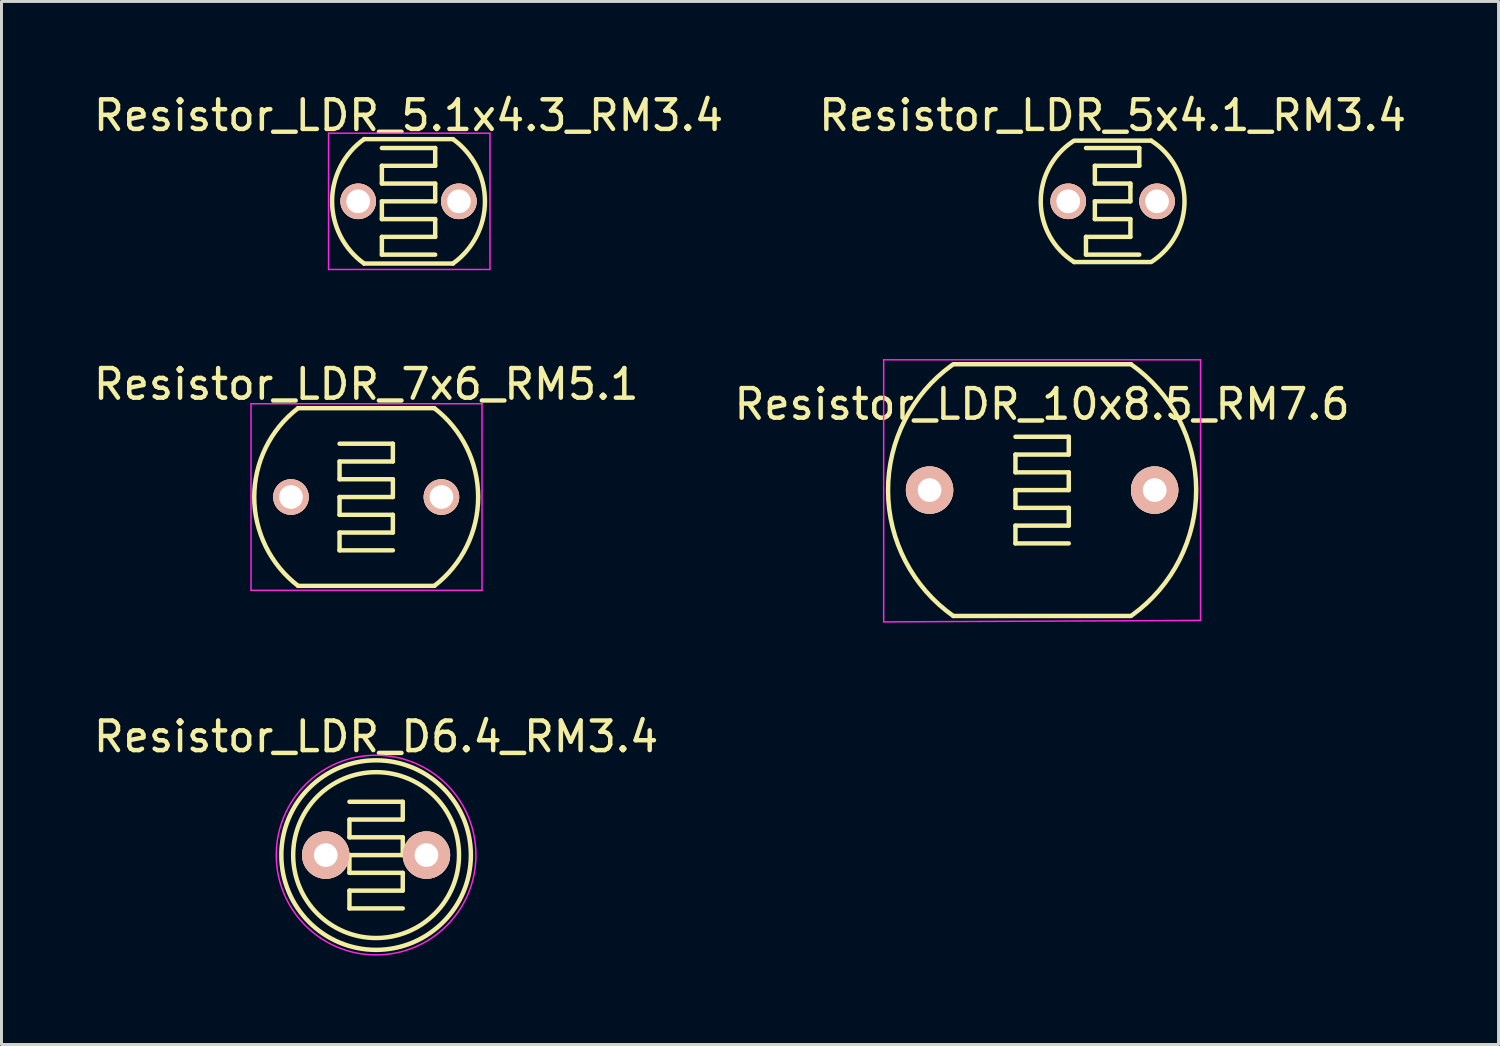
<source format=kicad_pcb>
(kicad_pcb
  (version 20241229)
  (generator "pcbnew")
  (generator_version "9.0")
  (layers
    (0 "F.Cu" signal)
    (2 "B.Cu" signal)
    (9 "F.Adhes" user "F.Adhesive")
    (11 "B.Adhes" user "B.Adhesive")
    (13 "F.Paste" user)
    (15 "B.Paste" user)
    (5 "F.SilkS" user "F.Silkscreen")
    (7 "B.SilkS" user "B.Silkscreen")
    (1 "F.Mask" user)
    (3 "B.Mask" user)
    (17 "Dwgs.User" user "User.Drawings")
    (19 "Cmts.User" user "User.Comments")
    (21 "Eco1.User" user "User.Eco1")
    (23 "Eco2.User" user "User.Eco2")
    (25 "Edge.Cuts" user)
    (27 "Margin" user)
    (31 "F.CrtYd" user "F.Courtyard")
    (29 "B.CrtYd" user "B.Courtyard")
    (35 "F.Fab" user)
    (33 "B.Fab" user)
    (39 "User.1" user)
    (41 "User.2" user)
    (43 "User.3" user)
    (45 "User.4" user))
  (footprint "Resistor_LDR_D6.4_RM3.4"
    (layer "F.Cu")
    (at 7.949 25.822)
    (property "Reference" "Resistor_LDR_D6.4_RM3.4" (at 1.7 -4 0) (layer "F.SilkS") (effects (font (size 1 1) (thickness 0.15))))
    (attr through_hole)
    (fp_line (start 0.8 -1.8) (end 2.6 -1.8) (stroke (width 0.15) (type solid)) (layer "F.SilkS"))
    (fp_line (start 0.8 -1.2) (end 0.8 -0.6) (stroke (width 0.15) (type solid)) (layer "F.SilkS"))
    (fp_line (start 0.8 -0.6) (end 2.6 -0.6) (stroke (width 0.15) (type solid)) (layer "F.SilkS"))
    (fp_line (start 0.8 0) (end 0.8 0.6) (stroke (width 0.15) (type solid)) (layer "F.SilkS"))
    (fp_line (start 0.8 0.6) (end 2.6 0.6) (stroke (width 0.15) (type solid)) (layer "F.SilkS"))
    (fp_line (start 0.8 1.2) (end 0.8 1.8) (stroke (width 0.15) (type solid)) (layer "F.SilkS"))
    (fp_line (start 0.8 1.8) (end 2.6 1.8) (stroke (width 0.15) (type solid)) (layer "F.SilkS"))
    (fp_line (start 2.6 -1.8) (end 2.6 -1.2) (stroke (width 0.15) (type solid)) (layer "F.SilkS"))
    (fp_line (start 2.6 -1.2) (end 0.8 -1.2) (stroke (width 0.15) (type solid)) (layer "F.SilkS"))
    (fp_line (start 2.6 -0.6) (end 2.6 0) (stroke (width 0.15) (type solid)) (layer "F.SilkS"))
    (fp_line (start 2.6 0) (end 0.8 0) (stroke (width 0.15) (type solid)) (layer "F.SilkS"))
    (fp_line (start 2.6 0.6) (end 2.6 1.2) (stroke (width 0.15) (type solid)) (layer "F.SilkS"))
    (fp_line (start 2.6 1.2) (end 0.8 1.2) (stroke (width 0.15) (type solid)) (layer "F.SilkS"))
    (fp_circle (center 1.7 0) (end 4.5 0) (stroke (width 0.15) (type solid)) (fill no) (layer "F.SilkS"))
    (fp_circle (center 1.7 0) (end 4.9 0) (stroke (width 0.15) (type solid)) (fill no) (layer "F.SilkS"))
    (fp_circle (center 1.7 0) (end 3.65 2.75) (stroke (width 0.05) (type solid)) (fill no) (layer "F.CrtYd"))
    (pad "1" thru_hole circle (at 0 0) (size 1.6 1.6) (drill 0.8) (layers "*.Cu" "*.SilkS" "*.Mask"))
    (pad "2" thru_hole circle (at 3.4 0) (size 1.6 1.6) (drill 0.8) (layers "*.Cu" "*.SilkS" "*.Mask")))
  (footprint "Resistor_LDR_10x8.5_RM7.6"
    (layer "F.Cu")
    (at 28.337 13.498)
    (property "Reference" "Resistor_LDR_10x8.5_RM7.6" (at 3.8 -2.9 0) (layer "F.SilkS") (effects (font (size 1 1) (thickness 0.15))))
    (attr through_hole)
    (fp_line (start 0.8 -4.25) (end 6.8 -4.25) (stroke (width 0.15) (type solid)) (layer "F.SilkS"))
    (fp_line (start 2.9 -1.8) (end 4.7 -1.8) (stroke (width 0.15) (type solid)) (layer "F.SilkS"))
    (fp_line (start 2.9 -1.2) (end 2.9 -0.6) (stroke (width 0.15) (type solid)) (layer "F.SilkS"))
    (fp_line (start 2.9 -0.6) (end 4.7 -0.6) (stroke (width 0.15) (type solid)) (layer "F.SilkS"))
    (fp_line (start 2.9 0) (end 2.9 0.6) (stroke (width 0.15) (type solid)) (layer "F.SilkS"))
    (fp_line (start 2.9 0.6) (end 4.7 0.6) (stroke (width 0.15) (type solid)) (layer "F.SilkS"))
    (fp_line (start 2.9 1.2) (end 2.9 1.8) (stroke (width 0.15) (type solid)) (layer "F.SilkS"))
    (fp_line (start 2.9 1.8) (end 4.7 1.8) (stroke (width 0.15) (type solid)) (layer "F.SilkS"))
    (fp_line (start 4.7 -1.8) (end 4.7 -1.2) (stroke (width 0.15) (type solid)) (layer "F.SilkS"))
    (fp_line (start 4.7 -1.2) (end 2.9 -1.2) (stroke (width 0.15) (type solid)) (layer "F.SilkS"))
    (fp_line (start 4.7 -0.6) (end 4.7 0) (stroke (width 0.15) (type solid)) (layer "F.SilkS"))
    (fp_line (start 4.7 0) (end 2.9 0) (stroke (width 0.15) (type solid)) (layer "F.SilkS"))
    (fp_line (start 4.7 0.6) (end 4.7 1.2) (stroke (width 0.15) (type solid)) (layer "F.SilkS"))
    (fp_line (start 4.7 1.2) (end 2.9 1.2) (stroke (width 0.15) (type solid)) (layer "F.SilkS"))
    (fp_line (start 6.8 4.25) (end 0.8 4.25) (stroke (width 0.15) (type solid)) (layer "F.SilkS"))
    (fp_arc (start 0.8 4.25) (mid -1.4021 0.025641) (end 0.758251 -4.22022) (stroke (width 0.15) (type solid)) (layer "F.SilkS"))
    (fp_arc (start 6.8 -4.25) (mid 9.0021 -0.025641) (end 6.841749 4.22022) (stroke (width 0.15) (type solid)) (layer "F.SilkS"))
    (fp_line (start -1.55 -4.4) (end 9.15 -4.4) (stroke (width 0.05) (type solid)) (layer "F.CrtYd"))
    (fp_line (start -1.55 4.45) (end -1.55 -4.4) (stroke (width 0.05) (type solid)) (layer "F.CrtYd"))
    (fp_line (start 9.15 -4.4) (end 9.15 4.4) (stroke (width 0.05) (type solid)) (layer "F.CrtYd"))
    (fp_line (start 9.15 4.4) (end -1.55 4.45) (stroke (width 0.05) (type solid)) (layer "F.CrtYd"))
    (pad "1" thru_hole circle (at 0 0) (size 1.6 1.6) (drill 0.8) (layers "*.Cu" "*.SilkS" "*.Mask"))
    (pad "2" thru_hole circle (at 7.6 0) (size 1.6 1.6) (drill 0.8) (layers "*.Cu" "*.SilkS" "*.Mask")))
  (footprint "Resistor_LDR_5.1x4.3_RM3.4"
    (layer "F.Cu")
    (at 9.044 3.748)
    (property "Reference" "Resistor_LDR_5.1x4.3_RM3.4" (at 1.7 -2.9 0) (layer "F.SilkS") (effects (font (size 1 1) (thickness 0.15))))
    (attr through_hole)
    (fp_line (start 0.2 -2.1) (end 3.2 -2.1) (stroke (width 0.15) (type solid)) (layer "F.SilkS"))
    (fp_line (start 0.8 -1.8) (end 2.6 -1.8) (stroke (width 0.15) (type solid)) (layer "F.SilkS"))
    (fp_line (start 0.8 -1.2) (end 0.8 -0.6) (stroke (width 0.15) (type solid)) (layer "F.SilkS"))
    (fp_line (start 0.8 -0.6) (end 2.6 -0.6) (stroke (width 0.15) (type solid)) (layer "F.SilkS"))
    (fp_line (start 0.8 0) (end 0.8 0.6) (stroke (width 0.15) (type solid)) (layer "F.SilkS"))
    (fp_line (start 0.8 0.6) (end 2.6 0.6) (stroke (width 0.15) (type solid)) (layer "F.SilkS"))
    (fp_line (start 0.8 1.2) (end 0.8 1.8) (stroke (width 0.15) (type solid)) (layer "F.SilkS"))
    (fp_line (start 0.8 1.8) (end 2.6 1.8) (stroke (width 0.15) (type solid)) (layer "F.SilkS"))
    (fp_line (start 2.6 -1.8) (end 2.6 -1.2) (stroke (width 0.15) (type solid)) (layer "F.SilkS"))
    (fp_line (start 2.6 -1.2) (end 0.8 -1.2) (stroke (width 0.15) (type solid)) (layer "F.SilkS"))
    (fp_line (start 2.6 -0.6) (end 2.6 0) (stroke (width 0.15) (type solid)) (layer "F.SilkS"))
    (fp_line (start 2.6 0) (end 0.8 0) (stroke (width 0.15) (type solid)) (layer "F.SilkS"))
    (fp_line (start 2.6 0.6) (end 2.6 1.2) (stroke (width 0.15) (type solid)) (layer "F.SilkS"))
    (fp_line (start 2.6 1.2) (end 0.8 1.2) (stroke (width 0.15) (type solid)) (layer "F.SilkS"))
    (fp_line (start 3.2 2.1) (end 0.2 2.1) (stroke (width 0.15) (type solid)) (layer "F.SilkS"))
    (fp_arc (start 0.2 2.1) (mid -0.880697 -0.001697) (end 0.202763 -2.101971) (stroke (width 0.15) (type solid)) (layer "F.SilkS"))
    (fp_arc (start 3.2 -2.1) (mid 4.280697 0.001697) (end 3.197237 2.101971) (stroke (width 0.15) (type solid)) (layer "F.SilkS"))
    (fp_line (start -1 -2.3) (end 4.45 -2.3) (stroke (width 0.05) (type solid)) (layer "F.CrtYd"))
    (fp_line (start -1 2.3) (end -1 -2.3) (stroke (width 0.05) (type solid)) (layer "F.CrtYd"))
    (fp_line (start 4.45 -2.3) (end 4.45 2.3) (stroke (width 0.05) (type solid)) (layer "F.CrtYd"))
    (fp_line (start 4.45 2.3) (end -1 2.3) (stroke (width 0.05) (type solid)) (layer "F.CrtYd"))
    (pad "1" thru_hole circle (at 0 0) (size 1.2 1.2) (drill 0.8) (layers "*.Cu" "*.SilkS" "*.Mask"))
    (pad "2" thru_hole circle (at 3.4 0) (size 1.2 1.2) (drill 0.8) (layers "*.Cu" "*.SilkS" "*.Mask")))
  (footprint "Resistor_LDR_7x6_RM5.1"
    (layer "F.Cu")
    (at 6.775 13.732)
    (property "Reference" "Resistor_LDR_7x6_RM5.1" (at 2.54 -3.81 0) (layer "F.SilkS") (effects (font (size 1 1) (thickness 0.15))))
    (attr through_hole)
    (fp_line (start 0.24 -3) (end 4.84 -3) (stroke (width 0.15) (type solid)) (layer "F.SilkS"))
    (fp_line (start 1.64 -1.8) (end 3.44 -1.8) (stroke (width 0.15) (type solid)) (layer "F.SilkS"))
    (fp_line (start 1.64 -1.2) (end 1.64 -0.6) (stroke (width 0.15) (type solid)) (layer "F.SilkS"))
    (fp_line (start 1.64 -0.6) (end 3.44 -0.6) (stroke (width 0.15) (type solid)) (layer "F.SilkS"))
    (fp_line (start 1.64 0) (end 1.64 0.6) (stroke (width 0.15) (type solid)) (layer "F.SilkS"))
    (fp_line (start 1.64 0.6) (end 3.44 0.6) (stroke (width 0.15) (type solid)) (layer "F.SilkS"))
    (fp_line (start 1.64 1.2) (end 1.64 1.8) (stroke (width 0.15) (type solid)) (layer "F.SilkS"))
    (fp_line (start 1.64 1.8) (end 3.44 1.8) (stroke (width 0.15) (type solid)) (layer "F.SilkS"))
    (fp_line (start 3.44 -1.8) (end 3.44 -1.2) (stroke (width 0.15) (type solid)) (layer "F.SilkS"))
    (fp_line (start 3.44 -1.2) (end 1.64 -1.2) (stroke (width 0.15) (type solid)) (layer "F.SilkS"))
    (fp_line (start 3.44 -0.6) (end 3.44 0) (stroke (width 0.15) (type solid)) (layer "F.SilkS"))
    (fp_line (start 3.44 0) (end 1.64 0) (stroke (width 0.15) (type solid)) (layer "F.SilkS"))
    (fp_line (start 3.44 0.6) (end 3.44 1.2) (stroke (width 0.15) (type solid)) (layer "F.SilkS"))
    (fp_line (start 3.44 1.2) (end 1.64 1.2) (stroke (width 0.15) (type solid)) (layer "F.SilkS"))
    (fp_line (start 4.84 3) (end 0.24 3) (stroke (width 0.15) (type solid)) (layer "F.SilkS"))
    (fp_arc (start 0.24 3) (mid -1.240211 0.001572) (end 0.237506 -2.998087) (stroke (width 0.15) (type solid)) (layer "F.SilkS"))
    (fp_arc (start 4.84 -3) (mid 6.320211 -0.001572) (end 4.842494 2.998087) (stroke (width 0.15) (type solid)) (layer "F.SilkS"))
    (fp_line (start -1.35 -3.15) (end -1.35 3.15) (stroke (width 0.05) (type solid)) (layer "F.CrtYd"))
    (fp_line (start -1.35 3.15) (end 6.45 3.15) (stroke (width 0.05) (type solid)) (layer "F.CrtYd"))
    (fp_line (start 6.45 -3.15) (end -1.35 -3.15) (stroke (width 0.05) (type solid)) (layer "F.CrtYd"))
    (fp_line (start 6.45 3.15) (end 6.45 -3.15) (stroke (width 0.05) (type solid)) (layer "F.CrtYd"))
    (pad "1" thru_hole circle (at 0 0) (size 1.2 1.2) (drill 0.8) (layers "*.Cu" "*.SilkS" "*.Mask"))
    (pad "2" thru_hole circle (at 5.08 0) (size 1.2 1.2) (drill 0.8) (layers "*.Cu" "*.SilkS" "*.Mask")))
  (footprint "Resistor_LDR_5x4.1_RM3.4"
    (layer "F.Cu")
    (at 34.518 3.748)
    (property "Reference" "Resistor_LDR_5x4.1_RM3.4" (at 0 -2.9 0) (layer "F.SilkS") (effects (font (size 1 1) (thickness 0.15))))
    (attr through_hole)
    (fp_line (start -1.3 -2.05) (end 1.3 -2.05) (stroke (width 0.15) (type solid)) (layer "F.SilkS"))
    (fp_line (start -0.9 -1.8) (end 0.9 -1.8) (stroke (width 0.15) (type solid)) (layer "F.SilkS"))
    (fp_line (start -0.9 1.2) (end -0.9 1.8) (stroke (width 0.15) (type solid)) (layer "F.SilkS"))
    (fp_line (start -0.9 1.2) (end 0.6 1.2) (stroke (width 0.15) (type solid)) (layer "F.SilkS"))
    (fp_line (start -0.9 1.8) (end 0.9 1.8) (stroke (width 0.15) (type solid)) (layer "F.SilkS"))
    (fp_line (start -0.6 -1.2) (end 0.9 -1.2) (stroke (width 0.15) (type solid)) (layer "F.SilkS"))
    (fp_line (start -0.6 -0.6) (end -0.6 -1.2) (stroke (width 0.15) (type solid)) (layer "F.SilkS"))
    (fp_line (start -0.6 0) (end 0.6 0) (stroke (width 0.15) (type solid)) (layer "F.SilkS"))
    (fp_line (start -0.6 0.6) (end -0.6 0) (stroke (width 0.15) (type solid)) (layer "F.SilkS"))
    (fp_line (start 0.6 -0.6) (end -0.6 -0.6) (stroke (width 0.15) (type solid)) (layer "F.SilkS"))
    (fp_line (start 0.6 -0.5) (end 0.6 -0.6) (stroke (width 0.15) (type solid)) (layer "F.SilkS"))
    (fp_line (start 0.6 0) (end 0.6 -0.5) (stroke (width 0.15) (type solid)) (layer "F.SilkS"))
    (fp_line (start 0.6 0.6) (end -0.6 0.6) (stroke (width 0.15) (type solid)) (layer "F.SilkS"))
    (fp_line (start 0.6 1.2) (end 0.6 0.6) (stroke (width 0.15) (type solid)) (layer "F.SilkS"))
    (fp_line (start 0.9 -1.8) (end 0.9 -1.2) (stroke (width 0.15) (type solid)) (layer "F.SilkS"))
    (fp_line (start 1.3 2.05) (end -1.3 2.05) (stroke (width 0.15) (type solid)) (layer "F.SilkS"))
    (fp_arc (start -1.3 2.05) (mid -2.427305 0.026239) (end -1.344011 -2.021419) (stroke (width 0.15) (type solid)) (layer "F.SilkS"))
    (fp_arc (start 1.3 -2.05) (mid 2.427305 -0.026239) (end 1.344011 2.021419) (stroke (width 0.15) (type solid)) (layer "F.SilkS"))
    (pad "1" thru_hole circle (at -1.5 0) (size 1.2 1.2) (drill 0.8) (layers "*.Cu" "*.SilkS" "*.Mask"))
    (pad "2" thru_hole circle (at 1.5 0) (size 1.2 1.2) (drill 0.8) (layers "*.Cu" "*.SilkS" "*.Mask")))
  (gr_rect
    (start -3 -3)
    (end 47.548 32.218)
    (stroke (width 0.1) (type default))
    (fill no)
    (layer "Edge.Cuts")))
</source>
